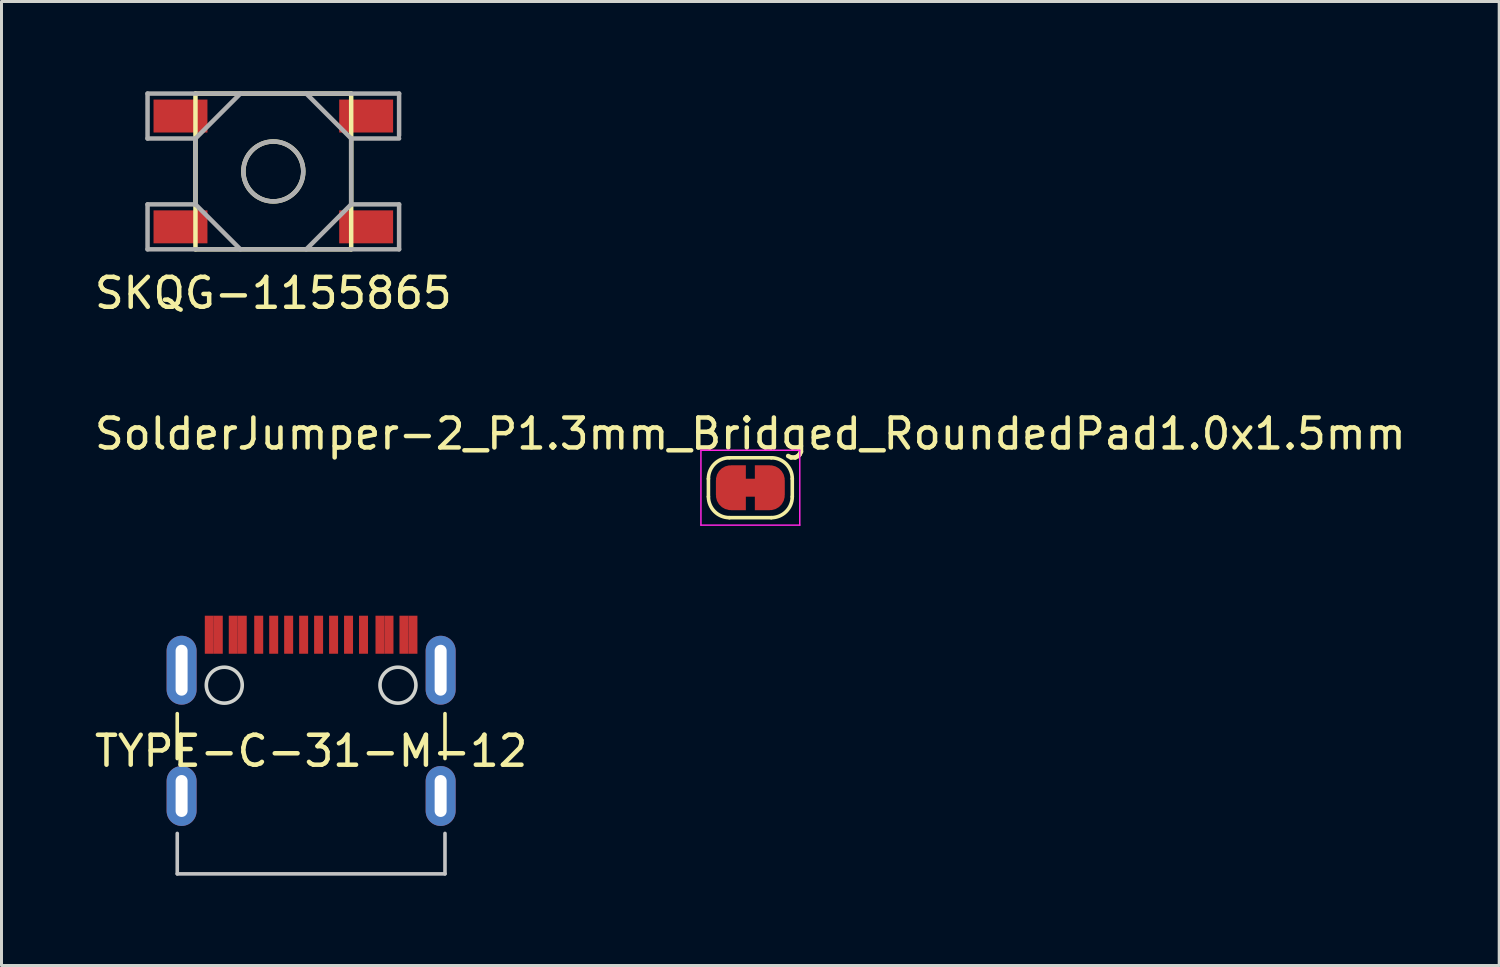
<source format=kicad_pcb>
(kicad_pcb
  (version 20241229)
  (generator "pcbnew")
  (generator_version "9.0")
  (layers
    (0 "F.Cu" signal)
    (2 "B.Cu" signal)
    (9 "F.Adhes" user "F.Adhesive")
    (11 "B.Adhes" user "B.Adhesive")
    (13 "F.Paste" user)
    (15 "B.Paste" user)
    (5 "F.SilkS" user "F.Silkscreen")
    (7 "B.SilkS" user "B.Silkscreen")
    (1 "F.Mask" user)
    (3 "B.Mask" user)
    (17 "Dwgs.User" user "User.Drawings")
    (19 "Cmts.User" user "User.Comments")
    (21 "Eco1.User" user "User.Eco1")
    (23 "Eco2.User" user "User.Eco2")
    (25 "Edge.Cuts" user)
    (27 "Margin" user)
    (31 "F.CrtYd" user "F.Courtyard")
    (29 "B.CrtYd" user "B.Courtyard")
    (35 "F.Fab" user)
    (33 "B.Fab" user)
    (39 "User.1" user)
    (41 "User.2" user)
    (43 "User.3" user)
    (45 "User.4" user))
  (footprint "SKQG-1155865"
    (layer "F.Cu")
    (at 6.077 2.675)
    (property "Reference" "SKQG-1155865" (at 0 4.064 0) (layer "F.SilkS") (effects (font (size 1 1) (thickness 0.15))))
    (attr smd)
    (fp_line (start -2.6 -2.6) (end 2.6 -2.6) (stroke (width 0.15) (type solid)) (layer "F.SilkS"))
    (fp_line (start -2.6 2.6) (end -2.6 -2.6) (stroke (width 0.15) (type solid)) (layer "F.SilkS"))
    (fp_line (start 2.6 -2.6) (end 2.6 2.6) (stroke (width 0.15) (type solid)) (layer "F.SilkS"))
    (fp_line (start 2.6 2.6) (end -2.6 2.6) (stroke (width 0.15) (type solid)) (layer "F.SilkS"))
    (fp_circle (center 0 0) (end 1 0) (stroke (width 0.15) (type solid)) (fill no) (layer "F.SilkS"))
    (fp_line (start -4.2 -2.6) (end 4.2 -2.6) (stroke (width 0.15) (type solid)) (layer "F.Fab"))
    (fp_line (start -4.2 -1.1) (end -4.2 -2.6) (stroke (width 0.15) (type solid)) (layer "F.Fab"))
    (fp_line (start -4.2 1.1) (end -2.6 1.1) (stroke (width 0.15) (type solid)) (layer "F.Fab"))
    (fp_line (start -4.2 2.6) (end -4.2 1.1) (stroke (width 0.15) (type solid)) (layer "F.Fab"))
    (fp_line (start -2.6 -1.1) (end -4.2 -1.1) (stroke (width 0.15) (type solid)) (layer "F.Fab"))
    (fp_line (start -2.6 -1.1) (end -1.1 -2.6) (stroke (width 0.15) (type solid)) (layer "F.Fab"))
    (fp_line (start -2.6 1.1) (end -2.6 -1.1) (stroke (width 0.15) (type solid)) (layer "F.Fab"))
    (fp_line (start -2.6 1.1) (end -1.1 2.6) (stroke (width 0.15) (type solid)) (layer "F.Fab"))
    (fp_line (start 2.6 -1.1) (end 1.1 -2.6) (stroke (width 0.15) (type solid)) (layer "F.Fab"))
    (fp_line (start 2.6 -1.1) (end 2.6 1.1) (stroke (width 0.15) (type solid)) (layer "F.Fab"))
    (fp_line (start 2.6 1.1) (end 1.1 2.6) (stroke (width 0.15) (type solid)) (layer "F.Fab"))
    (fp_line (start 2.6 1.1) (end 4.2 1.1) (stroke (width 0.15) (type solid)) (layer "F.Fab"))
    (fp_line (start 4.2 -2.6) (end 4.2 -1.2) (stroke (width 0.15) (type solid)) (layer "F.Fab"))
    (fp_line (start 4.2 -1.1) (end 2.6 -1.1) (stroke (width 0.15) (type solid)) (layer "F.Fab"))
    (fp_line (start 4.2 1.1) (end 4.2 2.6) (stroke (width 0.15) (type solid)) (layer "F.Fab"))
    (fp_line (start 4.2 2.6) (end -4.2 2.6) (stroke (width 0.15) (type solid)) (layer "F.Fab"))
    (fp_circle (center 0 0) (end 1 0) (stroke (width 0.15) (type solid)) (fill no) (layer "F.Fab"))
    (pad "1" smd rect (at 3.1 1.85) (size 1.8 1.1) (layers "F.Cu" "F.Mask" "F.Paste"))
    (pad "2" smd rect (at -3.1 -1.85) (size 1.8 1.1) (layers "F.Cu" "F.Mask" "F.Paste"))
    (pad "3" smd rect (at 3.1 -1.85) (size 1.8 1.1) (layers "F.Cu" "F.Mask" "F.Paste"))
    (pad "4" smd rect (at -3.1 1.85) (size 1.8 1.1) (layers "F.Cu" "F.Mask" "F.Paste")))
  (footprint "SolderJumper-2_P1.3mm_Bridged_RoundedPad1.0x1.5mm"
    (layer "F.Cu")
    (at 22.006 13.236)
    (property "Reference" "SolderJumper-2_P1.3mm_Bridged_RoundedPad1.0x1.5mm" (at 0 -1.8 0) (layer "F.SilkS") (effects (font (size 1 1) (thickness 0.15))))
    (attr exclude_from_pos_files exclude_from_bom)
    (fp_poly (pts (xy 0.25 -0.3) (xy -0.25 -0.3) (xy -0.25 0.3) (xy 0.25 0.3)) (stroke (width 0) (type solid)) (fill yes) (layer "F.Cu"))
    (fp_poly (pts (xy 0.25 -0.3) (xy -0.25 -0.3) (xy -0.25 0.3) (xy 0.25 0.3)) (stroke (width 0) (type solid)) (fill yes) (layer "F.Mask"))
    (fp_line (start -1.4 0.3) (end -1.4 -0.3) (stroke (width 0.12) (type solid)) (layer "F.SilkS"))
    (fp_line (start -0.7 -1) (end 0.7 -1) (stroke (width 0.12) (type solid)) (layer "F.SilkS"))
    (fp_line (start 0.7 1) (end -0.7 1) (stroke (width 0.12) (type solid)) (layer "F.SilkS"))
    (fp_line (start 1.4 -0.3) (end 1.4 0.3) (stroke (width 0.12) (type solid)) (layer "F.SilkS"))
    (fp_arc (start -1.4 -0.3) (mid -1.194975 -0.794975) (end -0.7 -1) (stroke (width 0.12) (type solid)) (layer "F.SilkS"))
    (fp_arc (start -0.7 1) (mid -1.194975 0.794975) (end -1.4 0.3) (stroke (width 0.12) (type solid)) (layer "F.SilkS"))
    (fp_arc (start 0.7 -1) (mid 1.194975 -0.794975) (end 1.4 -0.3) (stroke (width 0.12) (type solid)) (layer "F.SilkS"))
    (fp_arc (start 1.4 0.3) (mid 1.194975 0.794975) (end 0.7 1) (stroke (width 0.12) (type solid)) (layer "F.SilkS"))
    (fp_line (start -1.65 -1.25) (end -1.65 1.25) (stroke (width 0.05) (type solid)) (layer "F.CrtYd"))
    (fp_line (start -1.65 -1.25) (end 1.65 -1.25) (stroke (width 0.05) (type solid)) (layer "F.CrtYd"))
    (fp_line (start 1.65 1.25) (end -1.65 1.25) (stroke (width 0.05) (type solid)) (layer "F.CrtYd"))
    (fp_line (start 1.65 1.25) (end 1.65 -1.25) (stroke (width 0.05) (type solid)) (layer "F.CrtYd"))
    (pad "1" smd custom (at -0.65 0) (size 1 0.5) (layers "F.Cu" "F.Mask") (options (anchor rect)) (primitives (gr_circle (center 0 0.25) (end 0.5 0.25) (width 0) (fill yes)) (gr_circle (center 0 -0.25) (end 0.5 -0.25) (width 0) (fill yes)) (gr_poly (pts (xy 0.5 0.75) (xy 0 0.75) (xy 0 -0.75) (xy 0.5 -0.75)) (width 0) (fill yes))))
    (pad "2" smd custom (at 0.65 0) (size 1 0.5) (layers "F.Cu" "F.Mask") (options (anchor rect)) (primitives (gr_circle (center 0 0.25) (end 0.5 0.25) (width 0) (fill yes)) (gr_circle (center 0 -0.25) (end 0.5 -0.25) (width 0) (fill yes)) (gr_poly (pts (xy 0 0.75) (xy -0.5 0.75) (xy -0.5 -0.75) (xy 0 -0.75)) (width 0) (fill yes)))))
  (footprint "TYPE-C-31-M-12"
    (layer "F.Cu")
    (at 7.339 23.53)
    (property "Reference" "TYPE-C-31-M-12" (at 0 -1.5 0) (unlocked yes) (layer "F.SilkS") (effects (font (size 1 1) (thickness 0.15))))
    (attr smd)
    (fp_line (start -4.47 -2.75) (end -4.47 -1.25) (stroke (width 0.12) (type solid)) (layer "F.SilkS"))
    (fp_line (start 4.47 -2.75) (end 4.47 -1.25) (stroke (width 0.12) (type solid)) (layer "F.SilkS"))
    (fp_line (start -4.47 1.25) (end -4.47 2.6) (stroke (width 0.12) (type solid)) (layer "Dwgs.User"))
    (fp_line (start -4.47 2.6) (end 4.47 2.6) (stroke (width 0.12) (type solid)) (layer "Dwgs.User"))
    (fp_line (start 4.47 2.6) (end 4.47 1.25) (stroke (width 0.12) (type solid)) (layer "Dwgs.User"))
    (fp_circle (center -2.9 -3.7) (end -2.3 -3.7) (stroke (width 0.12) (type solid)) (fill no) (layer "Edge.Cuts"))
    (fp_circle (center 2.9 -3.7) (end 3.5 -3.7) (stroke (width 0.12) (type solid)) (fill no) (layer "Edge.Cuts"))
    (fp_line (start -5 1.4) (end 5 1.4) (stroke (width 0.12) (type solid)) (layer "Margin"))
    (pad "A1" smd rect (at -3.4 -5.385) (size 0.3 1.27) (layers "F.Cu" "F.Mask" "F.Paste"))
    (pad "A4" smd rect (at -2.6 -5.385) (size 0.3 1.27) (layers "F.Cu" "F.Mask" "F.Paste"))
    (pad "A5" smd rect (at -1.25 -5.385) (size 0.3 1.27) (layers "F.Cu" "F.Mask" "F.Paste"))
    (pad "A6" smd rect (at -0.25 -5.385) (size 0.3 1.27) (layers "F.Cu" "F.Mask" "F.Paste"))
    (pad "A7" smd rect (at 0.25 -5.385) (size 0.3 1.27) (layers "F.Cu" "F.Mask" "F.Paste"))
    (pad "A8" smd rect (at 1.25 -5.385) (size 0.3 1.27) (layers "F.Cu" "F.Mask" "F.Paste"))
    (pad "A9" smd rect (at 2.6 -5.385) (size 0.3 1.27) (layers "F.Cu" "F.Mask" "F.Paste"))
    (pad "A12" smd rect (at 3.4 -5.385) (size 0.3 1.27) (layers "F.Cu" "F.Mask" "F.Paste"))
    (pad "B1" smd rect (at 3.1 -5.385) (size 0.3 1.27) (layers "F.Cu" "F.Mask" "F.Paste"))
    (pad "B4" smd rect (at 2.3 -5.385) (size 0.3 1.27) (layers "F.Cu" "F.Mask" "F.Paste"))
    (pad "B5" smd rect (at 1.75 -5.385) (size 0.3 1.27) (layers "F.Cu" "F.Mask" "F.Paste"))
    (pad "B6" smd rect (at 0.75 -5.385) (size 0.3 1.27) (layers "F.Cu" "F.Mask" "F.Paste"))
    (pad "B7" smd rect (at -0.75 -5.385) (size 0.3 1.27) (layers "F.Cu" "F.Mask" "F.Paste"))
    (pad "B8" smd rect (at -1.75 -5.385) (size 0.3 1.27) (layers "F.Cu" "F.Mask" "F.Paste"))
    (pad "B9" smd rect (at -2.3 -5.385) (size 0.3 1.27) (layers "F.Cu" "F.Mask" "F.Paste"))
    (pad "B12" smd rect (at -3.1 -5.385) (size 0.3 1.27) (layers "F.Cu" "F.Mask" "F.Paste"))
    (pad "CASE" thru_hole oval (at -4.325 -4.2) (size 1 2.3) (drill oval 0.4 1.7) (layers "*.Cu" "*.Mask") (remove_unused_layers yes) (keep_end_layers yes) (zone_layer_connections))
    (pad "CASE" thru_hole oval (at -4.325 0) (size 1 2) (drill oval 0.4 1.4) (layers "*.Cu" "*.Mask") (remove_unused_layers yes) (keep_end_layers yes) (zone_layer_connections))
    (pad "CASE" thru_hole oval (at 4.325 -4.2) (size 1 2.3) (drill oval 0.4 1.7) (layers "*.Cu" "*.Mask") (remove_unused_layers yes) (keep_end_layers yes) (zone_layer_connections))
    (pad "CASE" thru_hole oval (at 4.325 0) (size 1 2) (drill oval 0.4 1.4) (layers "*.Cu" "*.Mask") (remove_unused_layers yes) (keep_end_layers yes) (zone_layer_connections)))
  (gr_rect
    (start -3 -3)
    (end 47.012 29.191)
    (stroke (width 0.1) (type default))
    (fill no)
    (layer "Edge.Cuts")))
</source>
